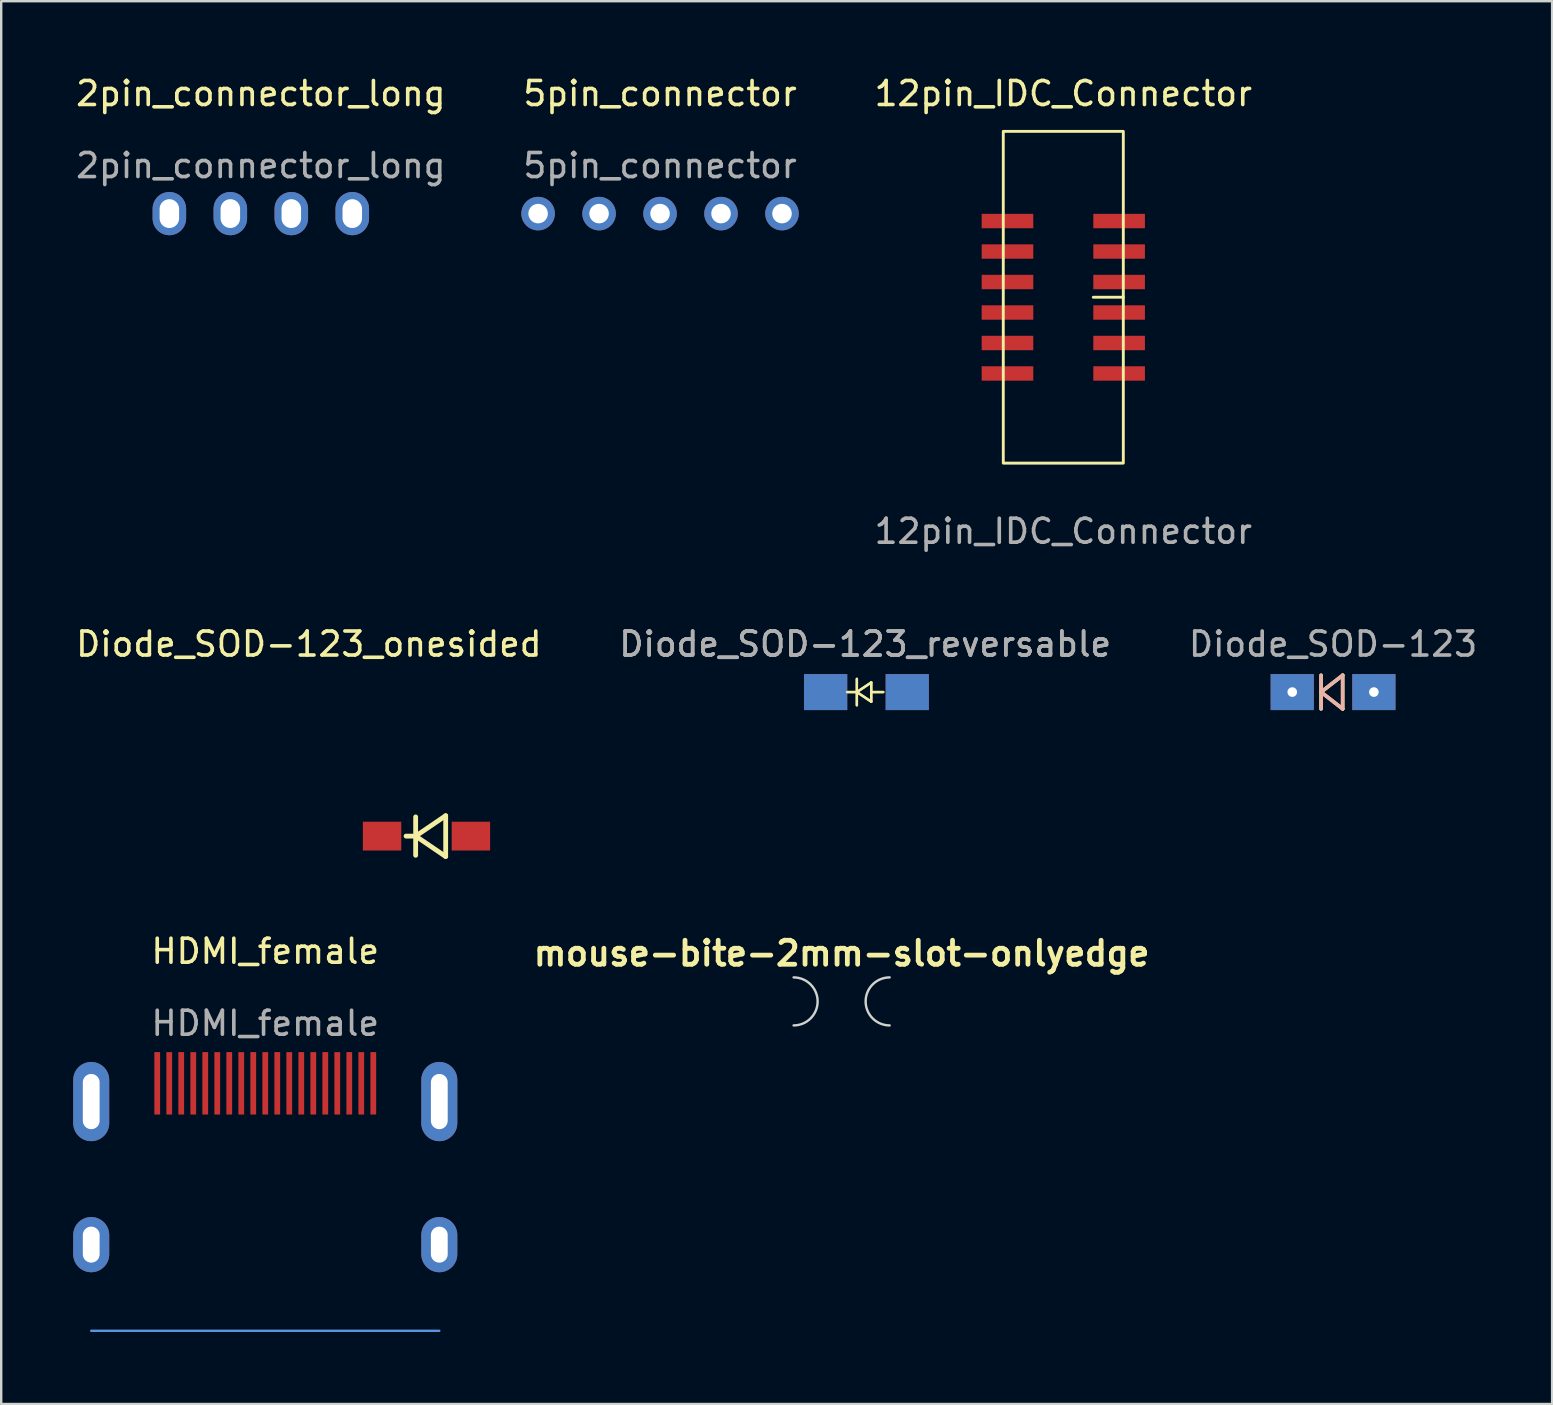
<source format=kicad_pcb>
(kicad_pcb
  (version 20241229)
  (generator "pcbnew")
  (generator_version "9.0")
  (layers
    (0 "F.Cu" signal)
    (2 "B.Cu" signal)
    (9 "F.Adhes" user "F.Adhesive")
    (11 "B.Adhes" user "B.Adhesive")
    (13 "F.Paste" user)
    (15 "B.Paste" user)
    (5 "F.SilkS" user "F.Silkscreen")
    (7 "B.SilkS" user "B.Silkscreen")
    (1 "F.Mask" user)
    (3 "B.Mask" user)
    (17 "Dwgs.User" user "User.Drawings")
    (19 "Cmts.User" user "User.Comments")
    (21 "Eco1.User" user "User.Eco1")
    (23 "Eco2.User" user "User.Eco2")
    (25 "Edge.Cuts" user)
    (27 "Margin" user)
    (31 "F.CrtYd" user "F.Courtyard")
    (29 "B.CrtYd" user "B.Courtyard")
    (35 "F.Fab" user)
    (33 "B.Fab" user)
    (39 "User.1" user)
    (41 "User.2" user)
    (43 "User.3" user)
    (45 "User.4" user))
  (footprint "Diode_SOD-123"
    (layer "F.Cu")
    (at 52.482 25.78)
    (property "Reference" "Diode_SOD-123" (at 0 -2 0) (layer "F.Fab") (effects (font (size 1 1) (thickness 0.15))))
    (attr smd)
    (fp_line (start -0.5 -0.7) (end -0.5 0.7) (stroke (width 0.15) (type solid)) (layer "F.SilkS"))
    (fp_line (start -0.5 0) (end 0.4 -0.7) (stroke (width 0.15) (type solid)) (layer "F.SilkS"))
    (fp_line (start 0.4 -0.7) (end 0.4 0.7) (stroke (width 0.15) (type solid)) (layer "F.SilkS"))
    (fp_line (start 0.4 0.7) (end -0.5 0) (stroke (width 0.15) (type solid)) (layer "F.SilkS"))
    (fp_line (start -0.5 -0.7) (end -0.5 0.7) (stroke (width 0.15) (type solid)) (layer "B.SilkS"))
    (fp_line (start -0.5 0) (end 0.4 -0.7) (stroke (width 0.15) (type solid)) (layer "B.SilkS"))
    (fp_line (start 0.4 -0.7) (end 0.4 0.7) (stroke (width 0.15) (type solid)) (layer "B.SilkS"))
    (fp_line (start 0.4 0.7) (end -0.5 0) (stroke (width 0.15) (type solid)) (layer "B.SilkS"))
    (pad "1" thru_hole rect (at -1.7 0) (size 1.8 1.5) (drill 0.4) (layers "*.Cu" "*.Mask"))
    (pad "2" thru_hole rect (at 1.7 0) (size 1.8 1.5) (drill 0.4) (layers "*.Cu" "*.Mask")))
  (footprint "12pin_IDC_Connector"
    (layer "F.Cu")
    (at 41.244 9.333)
    (property "Reference" "12pin_IDC_Connector" (at 0 -8.485 0) (unlocked yes) (layer "F.SilkS") (effects (font (size 1 1) (thickness 0.15))))
    (attr smd)
    (fp_line (start 2.5 0) (end 1.25 0) (stroke (width 0.12) (type solid)) (layer "F.SilkS"))
    (fp_rect (start -2.5 6.91) (end 2.5 -6.91) (stroke (width 0.12) (type solid)) (fill no) (layer "F.SilkS"))
    (fp_text user "${REFERENCE}" (at 0 9.75 0) (unlocked yes) (layer "F.Fab") (effects (font (size 1 1) (thickness 0.15))))
    (pad "1" smd rect (at -2.325 -3.175 180) (size 2.15 0.6) (layers "F.Cu" "F.Mask" "F.Paste"))
    (pad "2" smd rect (at -2.325 -1.905 180) (size 2.15 0.6) (layers "F.Cu" "F.Mask" "F.Paste"))
    (pad "3" smd rect (at -2.325 -0.635 180) (size 2.15 0.6) (layers "F.Cu" "F.Mask" "F.Paste"))
    (pad "4" smd rect (at -2.325 0.635 180) (size 2.15 0.6) (layers "F.Cu" "F.Mask" "F.Paste"))
    (pad "5" smd rect (at -2.325 1.905 180) (size 2.15 0.6) (layers "F.Cu" "F.Mask" "F.Paste"))
    (pad "6" smd rect (at -2.325 3.175 180) (size 2.15 0.6) (layers "F.Cu" "F.Mask" "F.Paste"))
    (pad "7" smd rect (at 2.325 -3.175 180) (size 2.15 0.6) (layers "F.Cu" "F.Mask" "F.Paste"))
    (pad "8" smd rect (at 2.325 -1.905 180) (size 2.15 0.6) (layers "F.Cu" "F.Mask" "F.Paste"))
    (pad "9" smd rect (at 2.325 -0.635 180) (size 2.15 0.6) (layers "F.Cu" "F.Mask" "F.Paste"))
    (pad "10" smd rect (at 2.325 0.635 180) (size 2.15 0.6) (layers "F.Cu" "F.Mask" "F.Paste"))
    (pad "11" smd rect (at 2.325 1.905 180) (size 2.15 0.6) (layers "F.Cu" "F.Mask" "F.Paste"))
    (pad "12" smd rect (at 2.325 3.175 180) (size 2.15 0.6) (layers "F.Cu" "F.Mask" "F.Paste")))
  (footprint "mouse-bite-2mm-slot-onlyedge"
    (layer "F.Cu")
    (at 32.01 38.666)
    (property "Reference" "mouse-bite-2mm-slot-onlyedge" (at 0 -2 0) (layer "F.SilkS") (effects (font (size 1 1) (thickness 0.2))))
    (attr through_hole)
    (fp_arc (start -2 -1) (mid -1 0) (end -2 1) (stroke (width 0.1) (type solid)) (layer "Edge.Cuts"))
    (fp_arc (start 2 1) (mid 1 0) (end 2 -1) (stroke (width 0.1) (type solid)) (layer "Edge.Cuts")))
  (footprint "Diode_SOD-123_onesided"
    (layer "F.Cu")
    (at 14.265 31.78)
    (property "Reference" "Diode_SOD-123_onesided" (at -4.449 -8 0) (unlocked yes) (layer "F.SilkS") (effects (font (size 1 1) (thickness 0.15))))
    (attr smd)
    (fp_line (start 0 0) (end -0.4 0) (stroke (width 0.2) (type solid)) (layer "F.SilkS"))
    (fp_line (start 0 0.8) (end 0 -0.8) (stroke (width 0.2) (type solid)) (layer "F.SilkS"))
    (fp_line (start 0.001 0) (end 1.251 -0.85) (stroke (width 0.2) (type solid)) (layer "F.SilkS"))
    (fp_line (start 0.001 0) (end 1.251 0.85) (stroke (width 0.2) (type solid)) (layer "F.SilkS"))
    (fp_line (start 1.251 0.85) (end 1.251 -0.85) (stroke (width 0.2) (type solid)) (layer "F.SilkS"))
    (pad "1" smd rect (at -1.399 0 180) (size 1.6 1.2) (layers "F.Cu" "F.Mask" "F.Paste"))
    (pad "2" smd rect (at 2.301 0 180) (size 1.6 1.2) (layers "F.Cu" "F.Mask" "F.Paste")))
  (footprint "Diode_SOD-123_reversable"
    (layer "F.Cu")
    (at 32.994 25.78)
    (property "Reference" "Diode_SOD-123_reversable" (at 0 -2 0) (layer "F.Fab") (effects (font (size 1 1) (thickness 0.15))))
    (attr smd)
    (fp_line (start -0.75 0) (end -0.35 0) (stroke (width 0.1) (type solid)) (layer "F.SilkS"))
    (fp_line (start -0.75 0) (end -0.35 0) (stroke (width 0.1) (type solid)) (layer "F.SilkS"))
    (fp_line (start -0.35 0) (end -0.35 -0.55) (stroke (width 0.1) (type solid)) (layer "F.SilkS"))
    (fp_line (start -0.35 0) (end -0.35 -0.55) (stroke (width 0.1) (type solid)) (layer "F.SilkS"))
    (fp_line (start -0.35 0) (end -0.35 0.55) (stroke (width 0.1) (type solid)) (layer "F.SilkS"))
    (fp_line (start -0.35 0) (end -0.35 0.55) (stroke (width 0.1) (type solid)) (layer "F.SilkS"))
    (fp_line (start -0.35 0) (end 0.25 0.4) (stroke (width 0.1) (type solid)) (layer "F.SilkS"))
    (fp_line (start -0.35 0) (end 0.25 0.4) (stroke (width 0.1) (type solid)) (layer "F.SilkS"))
    (fp_line (start 0.25 -0.4) (end -0.35 0) (stroke (width 0.1) (type solid)) (layer "F.SilkS"))
    (fp_line (start 0.25 -0.4) (end -0.35 0) (stroke (width 0.1) (type solid)) (layer "F.SilkS"))
    (fp_line (start 0.25 0) (end 0.75 0) (stroke (width 0.1) (type solid)) (layer "F.SilkS"))
    (fp_line (start 0.25 0) (end 0.75 0) (stroke (width 0.1) (type solid)) (layer "F.SilkS"))
    (fp_line (start 0.25 0.4) (end 0.25 -0.4) (stroke (width 0.1) (type solid)) (layer "F.SilkS"))
    (fp_line (start 0.25 0.4) (end 0.25 -0.4) (stroke (width 0.1) (type solid)) (layer "F.SilkS"))
    (fp_text user "${REFERENCE}" (at 0 -2 0) (layer "F.Fab") (effects (font (size 1 1) (thickness 0.15))))
    (pad "1" smd rect (at -1.65 0 180) (size 1.8 1.5) (layers "F.Cu" "F.Mask" "F.Paste"))
    (pad "1" smd rect (at -1.65 0 180) (size 1.8 1.5) (layers "B.Cu" "B.Mask" "B.Paste"))
    (pad "2" smd rect (at 1.75 0 180) (size 1.8 1.5) (layers "F.Cu" "F.Mask" "F.Paste"))
    (pad "2" smd rect (at 1.75 0 180) (size 1.8 1.5) (layers "B.Cu" "B.Mask" "B.Paste")))
  (footprint "HDMI_female"
    (layer "F.Cu")
    (at 8 42.078)
    (property "Reference" "HDMI_female" (at 0 -5.5 0) (unlocked yes) (layer "F.SilkS") (effects (font (size 1 1) (thickness 0.15))))
    (attr smd)
    (fp_line (start -7.25 10.31) (end 7.25 10.31) (stroke (width 0.1) (type solid)) (layer "Cmts.User"))
    (fp_text user "${REFERENCE}" (at 0 -2.5 0) (unlocked yes) (layer "F.Fab") (effects (font (size 1 1) (thickness 0.15))))
    (pad "1" smd rect (at -4.5 0) (size 0.24 2.6) (layers "F.Cu" "F.Mask" "F.Paste"))
    (pad "2" smd rect (at -4 0) (size 0.24 2.6) (layers "F.Cu" "F.Mask" "F.Paste"))
    (pad "3" smd rect (at -3.5 0) (size 0.24 2.6) (layers "F.Cu" "F.Mask" "F.Paste"))
    (pad "4" smd rect (at -3 0) (size 0.24 2.6) (layers "F.Cu" "F.Mask" "F.Paste"))
    (pad "5" smd rect (at -2.5 0) (size 0.24 2.6) (layers "F.Cu" "F.Mask" "F.Paste"))
    (pad "6" smd rect (at -2 0) (size 0.24 2.6) (layers "F.Cu" "F.Mask" "F.Paste"))
    (pad "7" smd rect (at -1.5 0) (size 0.24 2.6) (layers "F.Cu" "F.Mask" "F.Paste"))
    (pad "8" smd rect (at -1 0) (size 0.24 2.6) (layers "F.Cu" "F.Mask" "F.Paste"))
    (pad "9" smd rect (at -0.5 0) (size 0.24 2.6) (layers "F.Cu" "F.Mask" "F.Paste"))
    (pad "10" smd rect (at 0 0) (size 0.24 2.6) (layers "F.Cu" "F.Mask" "F.Paste"))
    (pad "11" smd rect (at 0.5 0) (size 0.24 2.6) (layers "F.Cu" "F.Mask" "F.Paste"))
    (pad "12" smd rect (at 1 0) (size 0.24 2.6) (layers "F.Cu" "F.Mask" "F.Paste"))
    (pad "13" smd rect (at 1.5 0) (size 0.24 2.6) (layers "F.Cu" "F.Mask" "F.Paste"))
    (pad "14" smd rect (at 2 0) (size 0.24 2.6) (layers "F.Cu" "F.Mask" "F.Paste"))
    (pad "15" smd rect (at 2.5 0) (size 0.24 2.6) (layers "F.Cu" "F.Mask" "F.Paste"))
    (pad "16" smd rect (at 3 0) (size 0.24 2.6) (layers "F.Cu" "F.Mask" "F.Paste"))
    (pad "17" smd rect (at 3.5 0) (size 0.24 2.6) (layers "F.Cu" "F.Mask" "F.Paste"))
    (pad "18" smd rect (at 4 0) (size 0.24 2.6) (layers "F.Cu" "F.Mask" "F.Paste"))
    (pad "19" smd rect (at 4.5 0) (size 0.24 2.6) (layers "F.Cu" "F.Mask" "F.Paste"))
    (pad "20" thru_hole oval (at -7.25 0.76) (size 1.5 3.3) (drill oval 0.7 2.3) (layers "*.Cu" "*.Mask"))
    (pad "20" thru_hole oval (at -7.25 6.72) (size 1.5 2.3) (drill oval 0.7 1.5) (layers "*.Cu" "*.Mask"))
    (pad "20" thru_hole oval (at 7.25 0.76) (size 1.5 3.3) (drill oval 0.7 2.3) (layers "*.Cu" "*.Mask"))
    (pad "20" thru_hole oval (at 7.25 6.72) (size 1.5 2.3) (drill oval 0.7 1.5) (layers "*.Cu" "*.Mask")))
  (footprint "5pin_connector"
    (layer "F.Cu")
    (at 24.446 5.848)
    (property "Reference" "5pin_connector" (at 0 -5 0) (unlocked yes) (layer "F.SilkS") (effects (font (size 1 1) (thickness 0.15))))
    (attr through_hole)
    (fp_text user "${REFERENCE}" (at 0 -2 0) (unlocked yes) (layer "F.Fab") (effects (font (size 1 1) (thickness 0.15))))
    (pad "1" thru_hole circle (at -5.08 0 180) (size 1.397 1.397) (drill 0.813) (layers "*.Cu" "*.Mask"))
    (pad "2" thru_hole circle (at -2.54 0 180) (size 1.397 1.397) (drill 0.813) (layers "*.Cu" "*.Mask"))
    (pad "3" thru_hole circle (at 0 0 180) (size 1.397 1.397) (drill 0.813) (layers "*.Cu" "*.Mask"))
    (pad "4" thru_hole circle (at 2.54 0 180) (size 1.397 1.397) (drill 0.813) (layers "*.Cu" "*.Mask"))
    (pad "5" thru_hole circle (at 5.08 0 180) (size 1.397 1.397) (drill 0.813) (layers "*.Cu" "*.Mask")))
  (footprint "2pin_connector_long"
    (layer "F.Cu")
    (at 7.815 5.848)
    (property "Reference" "2pin_connector_long" (at 0 -5 0) (unlocked yes) (layer "F.SilkS") (effects (font (size 1 1) (thickness 0.15))))
    (attr through_hole)
    (fp_text user "${REFERENCE}" (at 0 -2 0) (unlocked yes) (layer "F.Fab") (effects (font (size 1 1) (thickness 0.15))))
    (pad "1" thru_hole oval (at -3.81 0 180) (size 1.397 1.8) (drill oval 0.813 1.2) (layers "*.Cu" "*.Mask"))
    (pad "2" thru_hole oval (at -1.27 0 180) (size 1.397 1.8) (drill oval 0.813 1.2) (layers "*.Cu" "*.Mask"))
    (pad "3" thru_hole oval (at 1.27 0 180) (size 1.397 1.8) (drill oval 0.813 1.2) (layers "*.Cu" "*.Mask"))
    (pad "4" thru_hole oval (at 3.81 0 180) (size 1.397 1.8) (drill oval 0.813 1.2) (layers "*.Cu" "*.Mask")))
  (gr_rect
    (start -3 -3)
    (end 61.607 55.438)
    (stroke (width 0.1) (type default))
    (fill no)
    (layer "Edge.Cuts")))
</source>
